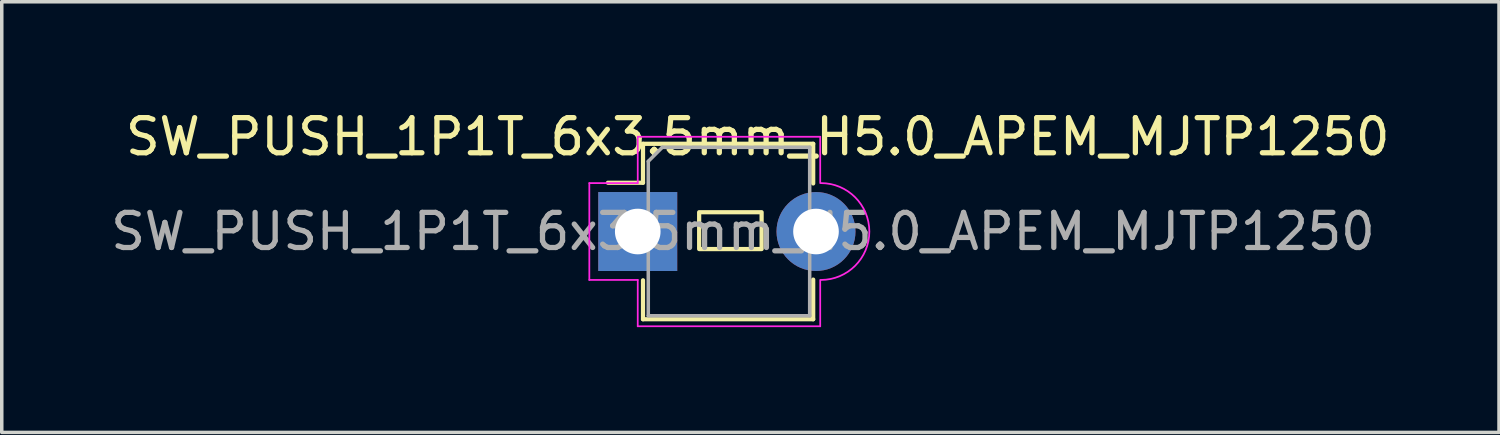
<source format=kicad_pcb>
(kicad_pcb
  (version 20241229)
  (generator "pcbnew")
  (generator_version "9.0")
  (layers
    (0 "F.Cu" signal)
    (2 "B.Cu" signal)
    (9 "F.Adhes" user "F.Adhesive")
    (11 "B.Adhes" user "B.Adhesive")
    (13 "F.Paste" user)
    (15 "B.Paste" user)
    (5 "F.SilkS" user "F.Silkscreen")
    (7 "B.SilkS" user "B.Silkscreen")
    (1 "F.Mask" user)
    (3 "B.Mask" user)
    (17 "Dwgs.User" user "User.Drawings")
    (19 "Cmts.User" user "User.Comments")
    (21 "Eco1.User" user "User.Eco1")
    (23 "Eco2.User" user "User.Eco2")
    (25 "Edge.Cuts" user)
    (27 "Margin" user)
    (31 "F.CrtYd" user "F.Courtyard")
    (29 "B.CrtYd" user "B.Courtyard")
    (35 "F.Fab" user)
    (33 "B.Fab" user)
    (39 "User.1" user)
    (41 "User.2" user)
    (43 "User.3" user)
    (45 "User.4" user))
  (footprint "SW_PUSH_1P1T_6x3.5mm_H5.0_APEM_MJTP1250"
    (layer "F.Cu")
    (at 15.125 3.548)
    (property "Reference" "SW_PUSH_1P1T_6x3.5mm_H5.0_APEM_MJTP1250" (at 3.42 -2.7 0) (layer "F.SilkS") (effects (font (size 1 1) (thickness 0.15))))
    (attr through_hole)
    (fp_line (start 0.15 -2.5) (end 0.15 -1.39) (stroke (width 0.12) (type default)) (layer "F.SilkS"))
    (fp_line (start 0.15 -1.39) (end -0.85 -1.39) (stroke (width 0.12) (type default)) (layer "F.SilkS"))
    (fp_line (start 0.15 1.39) (end 0.15 2.5) (stroke (width 0.12) (type solid)) (layer "F.SilkS"))
    (fp_line (start 0.15 2.5) (end 5 2.5) (stroke (width 0.12) (type solid)) (layer "F.SilkS"))
    (fp_line (start 5 -2.5) (end 0.15 -2.5) (stroke (width 0.12) (type solid)) (layer "F.SilkS"))
    (fp_line (start 5 -2.5) (end 5 -1.37) (stroke (width 0.12) (type solid)) (layer "F.SilkS"))
    (fp_line (start 5 1.37) (end 5 2.5) (stroke (width 0.12) (type solid)) (layer "F.SilkS"))
    (fp_rect (start 1.75 -0.55) (end 3.53 0.5) (stroke (width 0.12) (type default)) (fill no) (layer "F.SilkS"))
    (fp_line (start -1.38 -1.38) (end 0 -1.38) (stroke (width 0.05) (type default)) (layer "F.CrtYd"))
    (fp_line (start -1.38 1.38) (end -1.38 -1.38) (stroke (width 0.05) (type solid)) (layer "F.CrtYd"))
    (fp_line (start -1.38 1.38) (end 0 1.38) (stroke (width 0.05) (type default)) (layer "F.CrtYd"))
    (fp_line (start 0 -2.7) (end 0 -1.38) (stroke (width 0.05) (type default)) (layer "F.CrtYd"))
    (fp_line (start 0 -2.7) (end 5.2 -2.7) (stroke (width 0.05) (type solid)) (layer "F.CrtYd"))
    (fp_line (start 0 1.38) (end 0 2.7) (stroke (width 0.05) (type default)) (layer "F.CrtYd"))
    (fp_line (start 5.2 -2.7) (end 5.2 -1.38) (stroke (width 0.05) (type default)) (layer "F.CrtYd"))
    (fp_line (start 5.2 1.38) (end 5.2 2.7) (stroke (width 0.05) (type default)) (layer "F.CrtYd"))
    (fp_line (start 5.2 2.7) (end 0 2.7) (stroke (width 0.05) (type solid)) (layer "F.CrtYd"))
    (fp_arc (start 5.22 -1.38) (mid 6.6 0) (end 5.22 1.38) (stroke (width 0.05) (type default)) (layer "F.CrtYd"))
    (fp_line (start 0.3 2.4) (end 0.3 -2) (stroke (width 0.1) (type solid)) (layer "F.Fab"))
    (fp_line (start 0.7 -2.4) (end 0.3 -2) (stroke (width 0.1) (type default)) (layer "F.Fab"))
    (fp_line (start 0.7 -2.4) (end 4.9 -2.4) (stroke (width 0.1) (type solid)) (layer "F.Fab"))
    (fp_line (start 4.9 -2.4) (end 4.9 2.4) (stroke (width 0.1) (type solid)) (layer "F.Fab"))
    (fp_line (start 4.9 2.4) (end 0.3 2.4) (stroke (width 0.1) (type solid)) (layer "F.Fab"))
    (fp_text user "${REFERENCE}" (at 3 0 0) (layer "F.Fab") (effects (font (size 1 1) (thickness 0.15))))
    (pad "1" thru_hole rect (at 0 0 90) (size 2.25 2.25) (drill 1.3) (layers "*.Cu" "*.Mask"))
    (pad "2" thru_hole circle (at 5.08 0 90) (size 2.25 2.25) (drill 1.3) (layers "*.Cu" "*.Mask")))
  (gr_rect
    (start -3 -3)
    (end 39.67 9.273)
    (stroke (width 0.1) (type default))
    (fill no)
    (layer "Edge.Cuts")))
</source>
